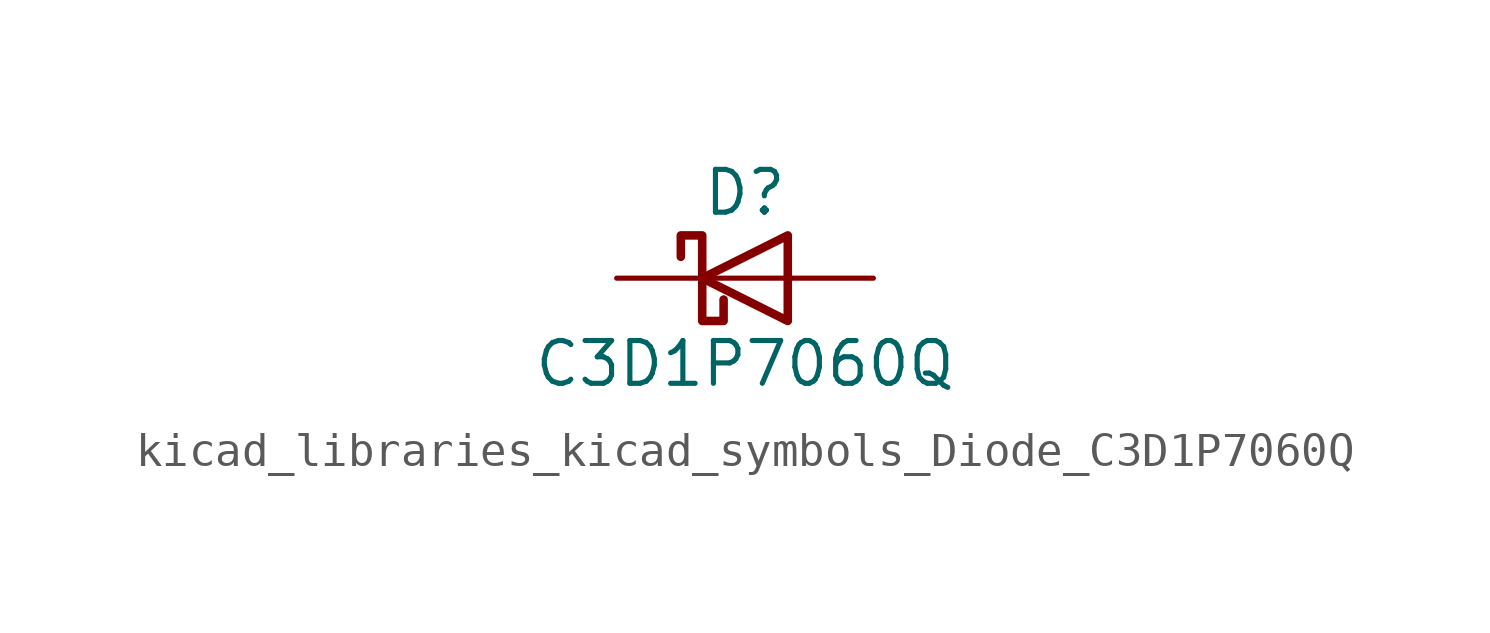
<source format=kicad_sym>
(kicad_symbol_lib
  (version 20220914)
  (generator kicad_symbol_editor)
  (symbol "kicad_libraries_kicad_symbols_Diode_C3D1P7060Q"
    (pin_numbers hide)
    (pin_names
      (offset 1.016) hide)
    (property "Reference" "D"
      (at 0 2.54 0)
      (effects (font (size 1.27 1.27))))
    (property "Value" "C3D1P7060Q"
      (at 0 -2.54 0)
      (effects (font (size 1.27 1.27))))
    (symbol "kicad_libraries_kicad_symbols_Diode_C3D1P7060Q_0_1"
      (polyline (pts (xy 1.27 0) (xy -1.27 0)) (stroke (width 0) (type default)) (fill (type none)))
      (polyline (pts (xy 1.27 1.27) (xy 1.27 -1.27) (xy -1.27 0) (xy 1.27 1.27)) (stroke (width 0.254) (type default)) (fill (type none)))
      (polyline (pts (xy -1.905 0.635) (xy -1.905 1.27) (xy -1.27 1.27) (xy -1.27 -1.27) (xy -0.635 -1.27) (xy -0.635 -0.635)) (stroke (width 0.254) (type default)) (fill (type none))))
    (symbol "kicad_libraries_kicad_symbols_Diode_C3D1P7060Q_1_1"
      (pin passive line (at -3.81 0 0) (length 2.54) (name "K" (effects (font (size 1.27 1.27)))) (number "1" (effects (font (size 1.27 1.27)))))
      (pin passive line (at 3.81 0 180) (length 2.54) (name "A" (effects (font (size 1.27 1.27)))) (number "2" (effects (font (size 1.27 1.27))))))))
</source>
